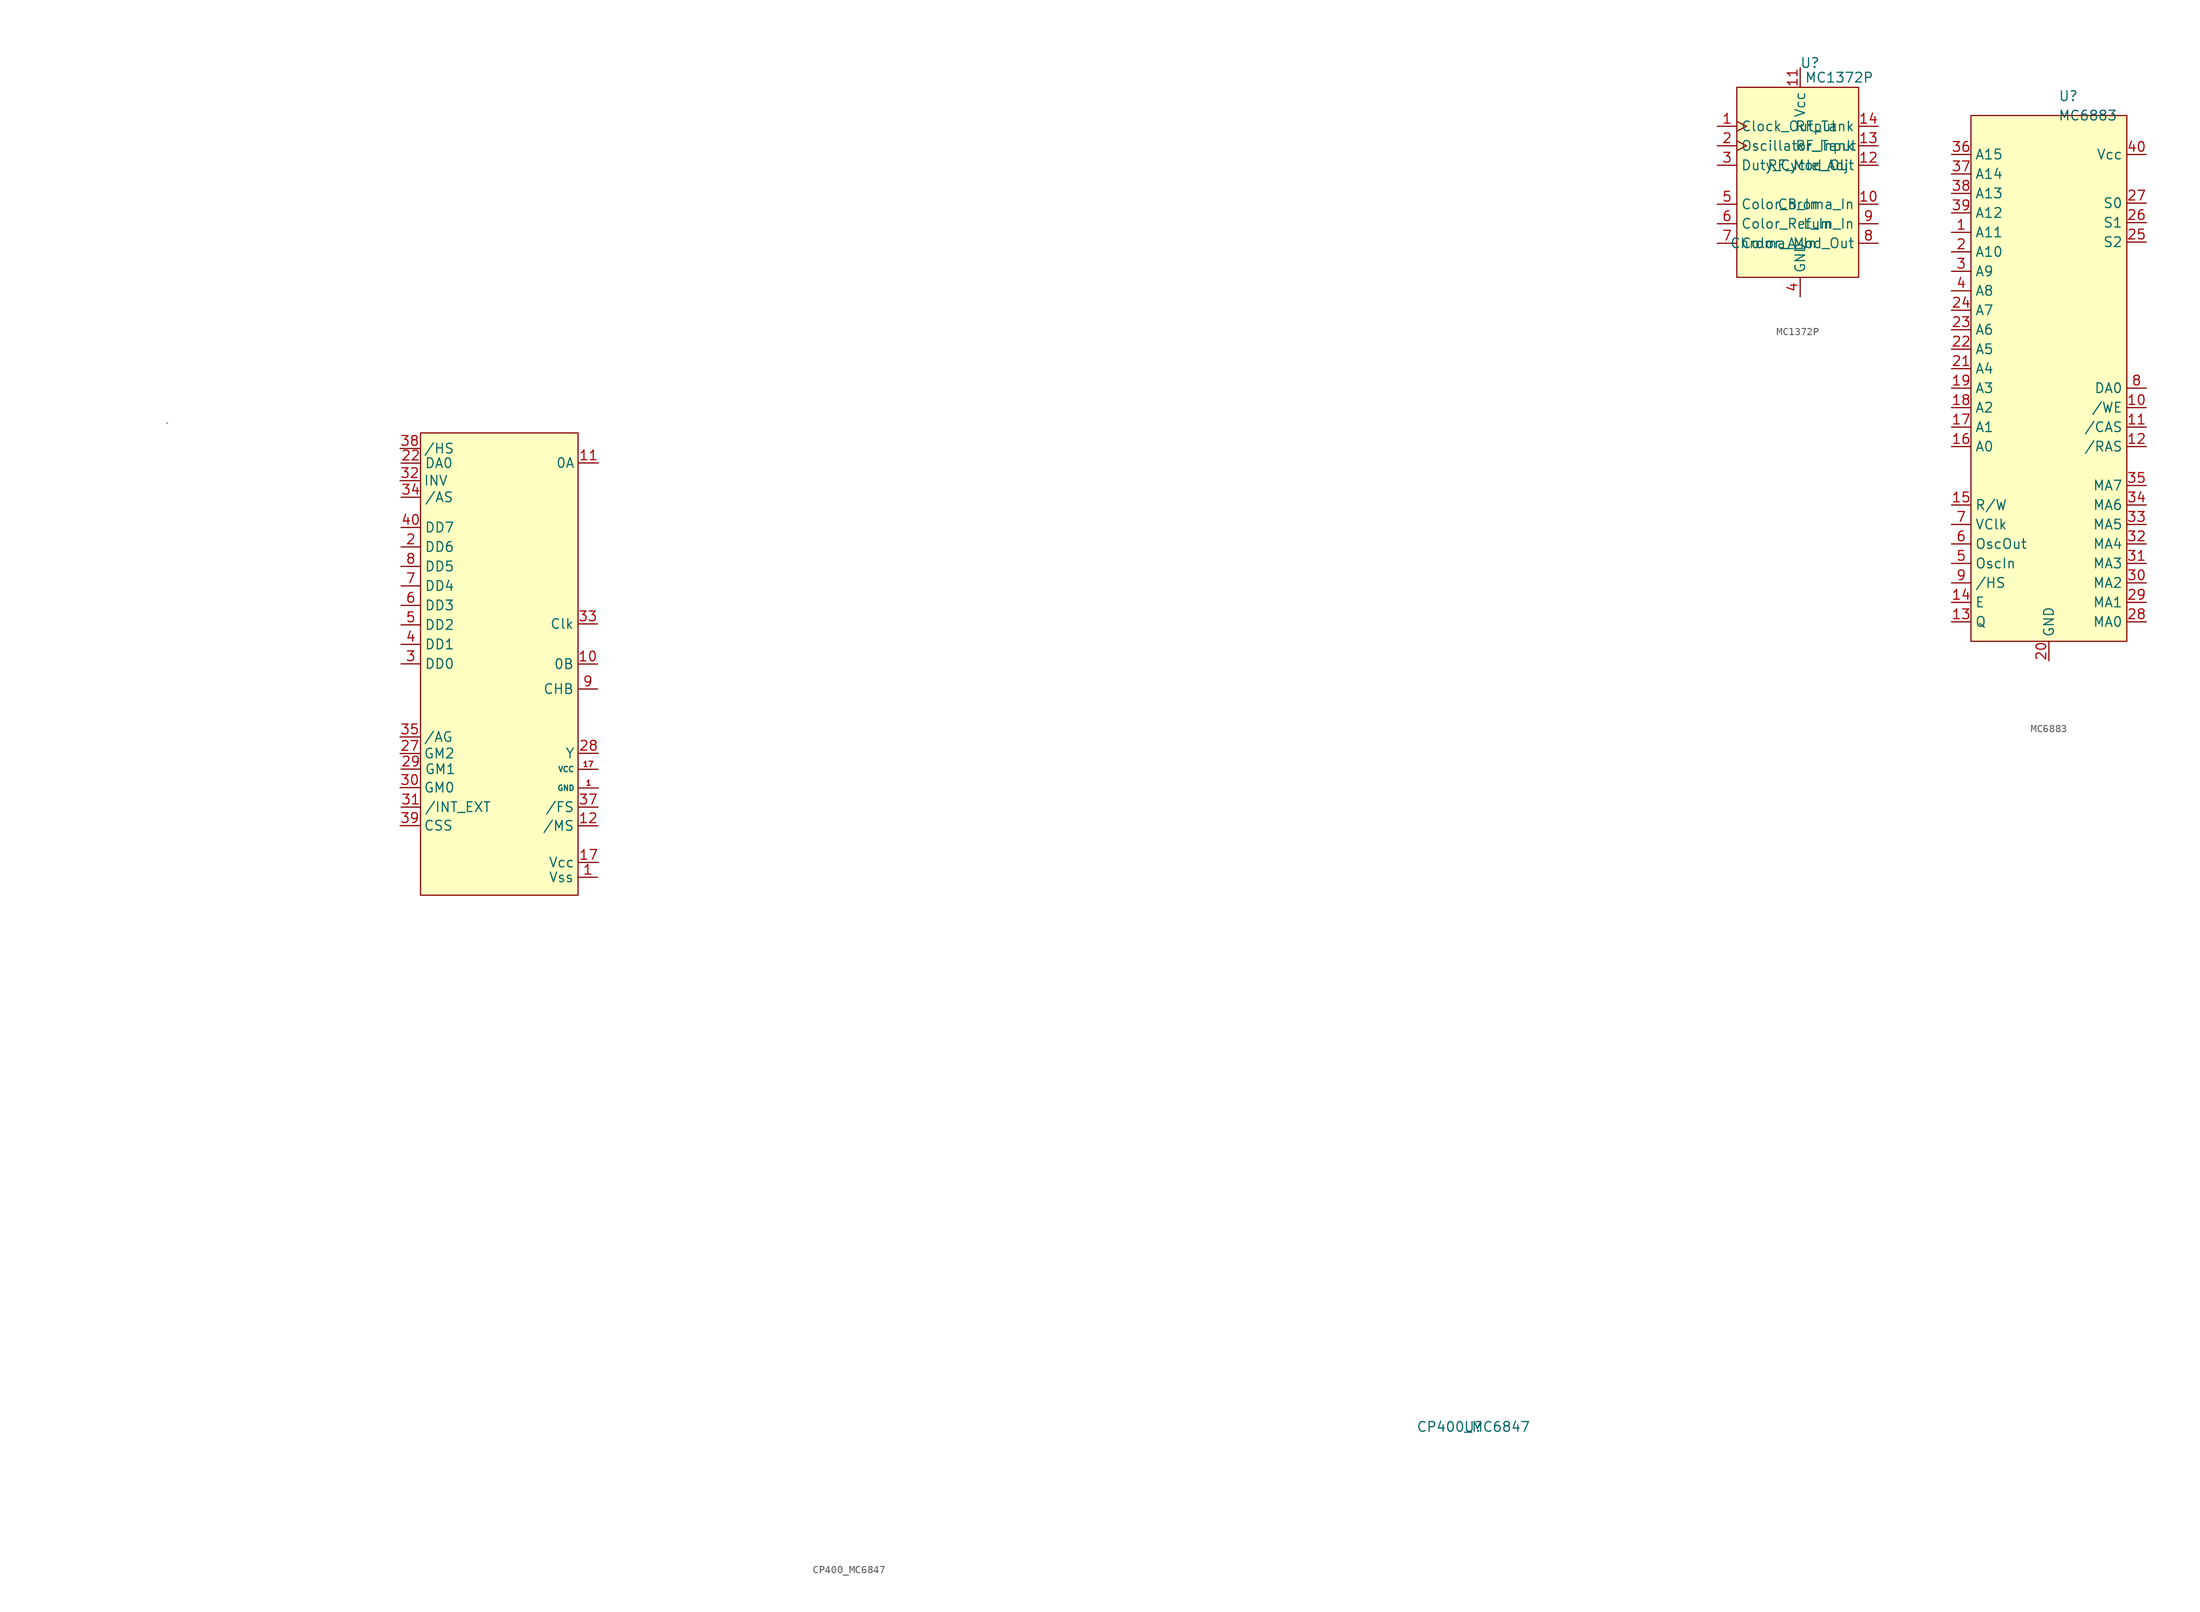
<source format=kicad_sym>
(kicad_symbol_lib
  (version 20211014)
  (generator kicad_symbol_editor)
  (symbol "CP400_MC6847"
    (property "Reference" "U"
      (at 0 0 0)
      (effects (font (size 1.27 1.27))))
    (property "Value" "CP400_MC6847"
      (at 0 0 0)
      (effects (font (size 1.27 1.27))))
    (symbol "CP400_MC6847_0_1"
      (rectangle (start -170.18 130.81) (end -170.18 130.81) (stroke (width 0) (type default) (color 0 0 0 0)) (fill (type none)))
      (rectangle (start -137.16 129.54) (end -116.637 69.291) (stroke (width 0) (type default) (color 0 0 0 0)) (fill (type background)))
      (pin power_in line (at -113.995 83.261 180) (length 2.54) (name "GND" (effects (font (size 0.7 0.7)))) (number "1" (effects (font (size 0.7 0.7)))))
      (pin power_in line (at -114.046 85.7 180) (length 2.54) (name "VCC" (effects (font (size 0.7 0.7)))) (number "17" (effects (font (size 0.7 0.7))))))
    (symbol "CP400_MC6847_1_1"
      (pin power_in line (at -114.097 71.628 180) (length 2.54) (name "Vss" (effects (font (size 1.27 1.27)))) (number "1" (effects (font (size 1.27 1.27)))))
      (pin output line (at -114.097 99.416 180) (length 2.54) (name "0B" (effects (font (size 1.27 1.27)))) (number "10" (effects (font (size 1.27 1.27)))))
      (pin output line (at -113.995 125.628 180) (length 2.54) (name "0A" (effects (font (size 1.27 1.27)))) (number "11" (effects (font (size 1.27 1.27)))))
      (pin input line (at -114.046 78.334 180) (length 2.54) (name "/MS" (effects (font (size 1.27 1.27)))) (number "12" (effects (font (size 1.27 1.27)))))
      (pin output line (at -126.238 154.788 180) (length 2.54) hide (name "DA5" (effects (font (size 1.27 1.27)))) (number "13" (effects (font (size 1.27 1.27)))))
      (pin output line (at -126.238 152.248 180) (length 2.54) hide (name "DA6" (effects (font (size 1.27 1.27)))) (number "14" (effects (font (size 1.27 1.27)))))
      (pin output line (at -126.238 149.708 180) (length 2.54) hide (name "DA7" (effects (font (size 1.27 1.27)))) (number "15" (effects (font (size 1.27 1.27)))))
      (pin output line (at -126.238 147.168 180) (length 2.54) hide (name "DA8" (effects (font (size 1.27 1.27)))) (number "16" (effects (font (size 1.27 1.27)))))
      (pin power_in line (at -113.995 73.558 180) (length 2.54) (name "Vcc" (effects (font (size 1.27 1.27)))) (number "17" (effects (font (size 1.27 1.27)))))
      (pin output line (at -126.238 144.628 180) (length 2.54) hide (name "DA9" (effects (font (size 1.27 1.27)))) (number "18" (effects (font (size 1.27 1.27)))))
      (pin output line (at -126.238 142.088 180) (length 2.54) hide (name "DA10" (effects (font (size 1.27 1.27)))) (number "19" (effects (font (size 1.27 1.27)))))
      (pin input line (at -139.7 114.681 0) (length 2.54) (name "DD6" (effects (font (size 1.27 1.27)))) (number "2" (effects (font (size 1.27 1.27)))))
      (pin output line (at -126.238 139.548 180) (length 2.54) hide (name "DA11" (effects (font (size 1.27 1.27)))) (number "20" (effects (font (size 1.27 1.27)))))
      (pin output line (at -126.238 137.008 180) (length 2.54) hide (name "DA12" (effects (font (size 1.27 1.27)))) (number "21" (effects (font (size 1.27 1.27)))))
      (pin output line (at -139.7 125.603 0) (length 2.54) (name "DA0" (effects (font (size 1.27 1.27)))) (number "22" (effects (font (size 1.27 1.27)))))
      (pin output line (at -126.238 164.948 180) (length 2.54) hide (name "DA1" (effects (font (size 1.27 1.27)))) (number "23" (effects (font (size 1.27 1.27)))))
      (pin output line (at -126.238 162.408 180) (length 2.54) hide (name "DA2" (effects (font (size 1.27 1.27)))) (number "24" (effects (font (size 1.27 1.27)))))
      (pin output line (at -126.238 159.868 180) (length 2.54) hide (name "DA3" (effects (font (size 1.27 1.27)))) (number "25" (effects (font (size 1.27 1.27)))))
      (pin output line (at -126.238 157.328 180) (length 2.54) hide (name "DA4" (effects (font (size 1.27 1.27)))) (number "26" (effects (font (size 1.27 1.27)))))
      (pin input line (at -139.827 87.757 0) (length 2.54) (name "GM2" (effects (font (size 1.27 1.27)))) (number "27" (effects (font (size 1.27 1.27)))))
      (pin input line (at -113.995 87.782 180) (length 2.54) (name "Y" (effects (font (size 1.27 1.27)))) (number "28" (effects (font (size 1.27 1.27)))))
      (pin input line (at -139.7 85.725 0) (length 2.54) (name "GM1" (effects (font (size 1.27 1.27)))) (number "29" (effects (font (size 1.27 1.27)))))
      (pin input line (at -139.7 99.441 0) (length 2.54) (name "DD0" (effects (font (size 1.27 1.27)))) (number "3" (effects (font (size 1.27 1.27)))))
      (pin input line (at -139.827 83.312 0) (length 2.54) (name "GM0" (effects (font (size 1.27 1.27)))) (number "30" (effects (font (size 1.27 1.27)))))
      (pin input line (at -139.7 80.772 0) (length 2.54) (name "/INT_EXT" (effects (font (size 1.27 1.27)))) (number "31" (effects (font (size 1.27 1.27)))))
      (pin input line (at -139.827 123.317 0) (length 2.54) (name "INV" (effects (font (size 1.27 1.27)))) (number "32" (effects (font (size 1.27 1.27)))))
      (pin input line (at -114.097 104.648 180) (length 2.54) (name "Clk" (effects (font (size 1.27 1.27)))) (number "33" (effects (font (size 1.27 1.27)))))
      (pin input line (at -139.7 121.158 0) (length 2.54) (name "/AS" (effects (font (size 1.27 1.27)))) (number "34" (effects (font (size 1.27 1.27)))))
      (pin input line (at -139.827 89.916 0) (length 2.54) (name "/AG" (effects (font (size 1.27 1.27)))) (number "35" (effects (font (size 1.27 1.27)))))
      (pin input line (at -126.238 132.563 180) (length 2.54) hide (name "/RP" (effects (font (size 1.27 1.27)))) (number "36" (effects (font (size 1.27 1.27)))))
      (pin input line (at -114.046 80.772 180) (length 2.54) (name "/FS" (effects (font (size 1.27 1.27)))) (number "37" (effects (font (size 1.27 1.27)))))
      (pin input line (at -139.827 127.508 0) (length 2.54) (name "/HS" (effects (font (size 1.27 1.27)))) (number "38" (effects (font (size 1.27 1.27)))))
      (pin input line (at -139.827 78.359 0) (length 2.54) (name "CSS" (effects (font (size 1.27 1.27)))) (number "39" (effects (font (size 1.27 1.27)))))
      (pin input line (at -139.7 101.981 0) (length 2.54) (name "DD1" (effects (font (size 1.27 1.27)))) (number "4" (effects (font (size 1.27 1.27)))))
      (pin input line (at -139.7 117.221 0) (length 2.54) (name "DD7" (effects (font (size 1.27 1.27)))) (number "40" (effects (font (size 1.27 1.27)))))
      (pin input line (at -139.7 104.521 0) (length 2.54) (name "DD2" (effects (font (size 1.27 1.27)))) (number "5" (effects (font (size 1.27 1.27)))))
      (pin input line (at -139.7 107.061 0) (length 2.54) (name "DD3" (effects (font (size 1.27 1.27)))) (number "6" (effects (font (size 1.27 1.27)))))
      (pin input line (at -139.7 109.601 0) (length 2.54) (name "DD4" (effects (font (size 1.27 1.27)))) (number "7" (effects (font (size 1.27 1.27)))))
      (pin input line (at -139.7 112.141 0) (length 2.54) (name "DD5" (effects (font (size 1.27 1.27)))) (number "8" (effects (font (size 1.27 1.27)))))
      (pin output line (at -114.097 96.164 180) (length 2.54) (name "CHB" (effects (font (size 1.27 1.27)))) (number "9" (effects (font (size 1.27 1.27)))))))
  (symbol "MC1372P"
    (property "Reference" "U"
      (at -15.875 15.875 0)
      (effects (font (size 1.27 1.27))))
    (property "Value" "MC1372P"
      (at -12.065 13.97 0)
      (effects (font (size 1.27 1.27))))
    (symbol "MC1372P_0_1"
      (rectangle (start -25.4 12.7) (end -9.525 -12.065) (stroke (width 0) (type default) (color 0 0 0 0)) (fill (type background))))
    (symbol "MC1372P_1_1"
      (pin output clock (at -27.94 7.62 0) (length 2.54) (name "Clock_Output" (effects (font (size 1.27 1.27)))) (number "1" (effects (font (size 1.27 1.27)))))
      (pin input line (at -6.985 -2.54 180) (length 2.54) (name "Chroma_In" (effects (font (size 1.27 1.27)))) (number "10" (effects (font (size 1.27 1.27)))))
      (pin power_in line (at -17.145 15.24 270) (length 2.54) (name "Vcc" (effects (font (size 1.27 1.27)))) (number "11" (effects (font (size 1.27 1.27)))))
      (pin output line (at -6.985 2.54 180) (length 2.54) (name "RF_Mod_Out" (effects (font (size 1.27 1.27)))) (number "12" (effects (font (size 1.27 1.27)))))
      (pin input line (at -6.985 5.08 180) (length 2.54) (name "RF_Tank" (effects (font (size 1.27 1.27)))) (number "13" (effects (font (size 1.27 1.27)))))
      (pin input line (at -6.985 7.62 180) (length 2.54) (name "RF_Tank" (effects (font (size 1.27 1.27)))) (number "14" (effects (font (size 1.27 1.27)))))
      (pin input clock (at -27.94 5.08 0) (length 2.54) (name "Oscillator_Input" (effects (font (size 1.27 1.27)))) (number "2" (effects (font (size 1.27 1.27)))))
      (pin input line (at -27.94 2.54 0) (length 2.54) (name "Duty_Cycle_Adj" (effects (font (size 1.27 1.27)))) (number "3" (effects (font (size 1.27 1.27)))))
      (pin power_in line (at -17.145 -14.605 90) (length 2.54) (name "GND" (effects (font (size 1.27 1.27)))) (number "4" (effects (font (size 1.27 1.27)))))
      (pin input line (at -27.94 -2.54 0) (length 2.54) (name "Color_B_In" (effects (font (size 1.27 1.27)))) (number "5" (effects (font (size 1.27 1.27)))))
      (pin input line (at -27.94 -5.08 0) (length 2.54) (name "Color_Ref_In" (effects (font (size 1.27 1.27)))) (number "6" (effects (font (size 1.27 1.27)))))
      (pin input line (at -27.94 -7.62 0) (length 2.54) (name "Color_A_In" (effects (font (size 1.27 1.27)))) (number "7" (effects (font (size 1.27 1.27)))))
      (pin output line (at -6.985 -7.62 180) (length 2.54) (name "Chroma_Mod_Out" (effects (font (size 1.27 1.27)))) (number "8" (effects (font (size 1.27 1.27)))))
      (pin input line (at -6.985 -5.08 180) (length 2.54) (name "Lum_In" (effects (font (size 1.27 1.27)))) (number "9" (effects (font (size 1.27 1.27)))))))
  (symbol "MC6883"
    (property "Reference" "U"
      (at 33.02 35.56 0)
      (effects (font (size 1.27 1.27))))
    (property "Value" "MC6883"
      (at 35.56 33.02 0)
      (effects (font (size 1.27 1.27))))
    (symbol "MC6883_0_1"
      (rectangle (start 20.32 33.02) (end 40.64 -35.56) (stroke (width 0) (type default) (color 0 0 0 0)) (fill (type background))))
    (symbol "MC6883_1_1"
      (pin input line (at 17.78 17.78 0) (length 2.54) (name "A11" (effects (font (size 1.27 1.27)))) (number "1" (effects (font (size 1.27 1.27)))))
      (pin input line (at 43.18 -5.08 180) (length 2.54) (name "/WE" (effects (font (size 1.27 1.27)))) (number "10" (effects (font (size 1.27 1.27)))))
      (pin output line (at 43.18 -7.62 180) (length 2.54) (name "/CAS" (effects (font (size 1.27 1.27)))) (number "11" (effects (font (size 1.27 1.27)))))
      (pin bidirectional line (at 43.18 -10.16 180) (length 2.54) (name "/RAS" (effects (font (size 1.27 1.27)))) (number "12" (effects (font (size 1.27 1.27)))))
      (pin input line (at 17.78 -33.02 0) (length 2.54) (name "Q" (effects (font (size 1.27 1.27)))) (number "13" (effects (font (size 1.27 1.27)))))
      (pin input line (at 17.78 -30.48 0) (length 2.54) (name "E" (effects (font (size 1.27 1.27)))) (number "14" (effects (font (size 1.27 1.27)))))
      (pin bidirectional line (at 17.78 -17.78 0) (length 2.54) (name "R/W" (effects (font (size 1.27 1.27)))) (number "15" (effects (font (size 1.27 1.27)))))
      (pin input line (at 17.78 -10.16 0) (length 2.54) (name "A0" (effects (font (size 1.27 1.27)))) (number "16" (effects (font (size 1.27 1.27)))))
      (pin input line (at 17.78 -7.62 0) (length 2.54) (name "A1" (effects (font (size 1.27 1.27)))) (number "17" (effects (font (size 1.27 1.27)))))
      (pin input line (at 17.78 -5.08 0) (length 2.54) (name "A2" (effects (font (size 1.27 1.27)))) (number "18" (effects (font (size 1.27 1.27)))))
      (pin input line (at 17.78 -2.54 0) (length 2.54) (name "A3" (effects (font (size 1.27 1.27)))) (number "19" (effects (font (size 1.27 1.27)))))
      (pin input line (at 17.78 15.24 0) (length 2.54) (name "A10" (effects (font (size 1.27 1.27)))) (number "2" (effects (font (size 1.27 1.27)))))
      (pin power_in line (at 30.48 -38.1 90) (length 2.54) (name "GND" (effects (font (size 1.27 1.27)))) (number "20" (effects (font (size 1.27 1.27)))))
      (pin input line (at 17.78 0 0) (length 2.54) (name "A4" (effects (font (size 1.27 1.27)))) (number "21" (effects (font (size 1.27 1.27)))))
      (pin input line (at 17.78 2.54 0) (length 2.54) (name "A5" (effects (font (size 1.27 1.27)))) (number "22" (effects (font (size 1.27 1.27)))))
      (pin input line (at 17.78 5.08 0) (length 2.54) (name "A6" (effects (font (size 1.27 1.27)))) (number "23" (effects (font (size 1.27 1.27)))))
      (pin input line (at 17.78 7.62 0) (length 2.54) (name "A7" (effects (font (size 1.27 1.27)))) (number "24" (effects (font (size 1.27 1.27)))))
      (pin output line (at 43.18 16.51 180) (length 2.54) (name "S2" (effects (font (size 1.27 1.27)))) (number "25" (effects (font (size 1.27 1.27)))))
      (pin output line (at 43.18 19.05 180) (length 2.54) (name "S1" (effects (font (size 1.27 1.27)))) (number "26" (effects (font (size 1.27 1.27)))))
      (pin output line (at 43.18 21.59 180) (length 2.54) (name "S0" (effects (font (size 1.27 1.27)))) (number "27" (effects (font (size 1.27 1.27)))))
      (pin output line (at 43.18 -33.02 180) (length 2.54) (name "MA0" (effects (font (size 1.27 1.27)))) (number "28" (effects (font (size 1.27 1.27)))))
      (pin output line (at 43.18 -30.48 180) (length 2.54) (name "MA1" (effects (font (size 1.27 1.27)))) (number "29" (effects (font (size 1.27 1.27)))))
      (pin input line (at 17.78 12.7 0) (length 2.54) (name "A9" (effects (font (size 1.27 1.27)))) (number "3" (effects (font (size 1.27 1.27)))))
      (pin output line (at 43.18 -27.94 180) (length 2.54) (name "MA2" (effects (font (size 1.27 1.27)))) (number "30" (effects (font (size 1.27 1.27)))))
      (pin output line (at 43.18 -25.4 180) (length 2.54) (name "MA3" (effects (font (size 1.27 1.27)))) (number "31" (effects (font (size 1.27 1.27)))))
      (pin output line (at 43.18 -22.86 180) (length 2.54) (name "MA4" (effects (font (size 1.27 1.27)))) (number "32" (effects (font (size 1.27 1.27)))))
      (pin output line (at 43.18 -20.32 180) (length 2.54) (name "MA5" (effects (font (size 1.27 1.27)))) (number "33" (effects (font (size 1.27 1.27)))))
      (pin output line (at 43.18 -17.78 180) (length 2.54) (name "MA6" (effects (font (size 1.27 1.27)))) (number "34" (effects (font (size 1.27 1.27)))))
      (pin output line (at 43.18 -15.24 180) (length 2.54) (name "MA7" (effects (font (size 1.27 1.27)))) (number "35" (effects (font (size 1.27 1.27)))))
      (pin input line (at 17.78 27.94 0) (length 2.54) (name "A15" (effects (font (size 1.27 1.27)))) (number "36" (effects (font (size 1.27 1.27)))))
      (pin input line (at 17.78 25.4 0) (length 2.54) (name "A14" (effects (font (size 1.27 1.27)))) (number "37" (effects (font (size 1.27 1.27)))))
      (pin input line (at 17.78 22.86 0) (length 2.54) (name "A13" (effects (font (size 1.27 1.27)))) (number "38" (effects (font (size 1.27 1.27)))))
      (pin input line (at 17.78 20.32 0) (length 2.54) (name "A12" (effects (font (size 1.27 1.27)))) (number "39" (effects (font (size 1.27 1.27)))))
      (pin input line (at 17.78 10.16 0) (length 2.54) (name "A8" (effects (font (size 1.27 1.27)))) (number "4" (effects (font (size 1.27 1.27)))))
      (pin power_in line (at 43.18 27.94 180) (length 2.54) (name "Vcc" (effects (font (size 1.27 1.27)))) (number "40" (effects (font (size 1.27 1.27)))))
      (pin input line (at 17.78 -25.4 0) (length 2.54) (name "OscIn" (effects (font (size 1.27 1.27)))) (number "5" (effects (font (size 1.27 1.27)))))
      (pin input line (at 17.78 -22.86 0) (length 2.54) (name "OscOut" (effects (font (size 1.27 1.27)))) (number "6" (effects (font (size 1.27 1.27)))))
      (pin output line (at 17.78 -20.32 0) (length 2.54) (name "VClk" (effects (font (size 1.27 1.27)))) (number "7" (effects (font (size 1.27 1.27)))))
      (pin input line (at 43.18 -2.54 180) (length 2.54) (name "DA0" (effects (font (size 1.27 1.27)))) (number "8" (effects (font (size 1.27 1.27)))))
      (pin input line (at 17.78 -27.94 0) (length 2.54) (name "/HS" (effects (font (size 1.27 1.27)))) (number "9" (effects (font (size 1.27 1.27))))))))
</source>
